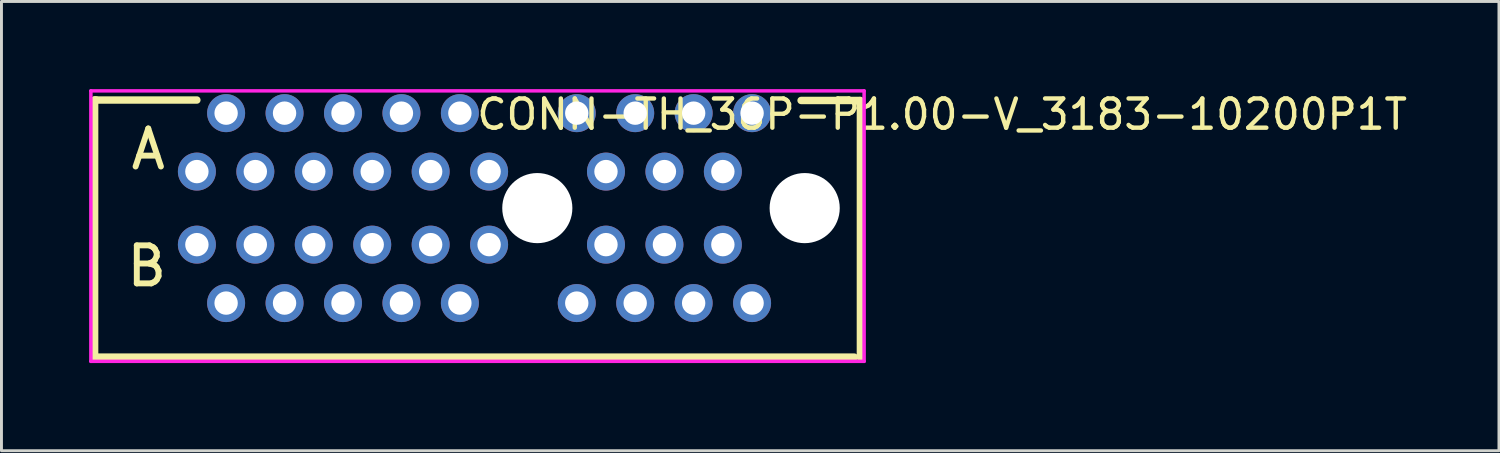
<source format=kicad_pcb>
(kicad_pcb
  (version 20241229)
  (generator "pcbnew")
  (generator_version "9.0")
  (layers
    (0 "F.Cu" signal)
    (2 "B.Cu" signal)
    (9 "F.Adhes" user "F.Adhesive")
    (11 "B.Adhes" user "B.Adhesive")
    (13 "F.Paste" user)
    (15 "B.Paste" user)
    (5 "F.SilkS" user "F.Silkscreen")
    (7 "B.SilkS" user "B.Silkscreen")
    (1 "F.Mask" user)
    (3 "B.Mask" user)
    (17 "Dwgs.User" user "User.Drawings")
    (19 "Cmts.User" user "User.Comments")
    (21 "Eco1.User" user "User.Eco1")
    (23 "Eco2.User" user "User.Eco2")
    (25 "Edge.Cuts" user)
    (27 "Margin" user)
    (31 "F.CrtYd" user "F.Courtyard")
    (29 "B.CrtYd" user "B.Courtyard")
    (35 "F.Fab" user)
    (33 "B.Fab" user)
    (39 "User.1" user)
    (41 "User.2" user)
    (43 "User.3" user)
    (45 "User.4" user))
  (footprint "CONN-TH_36P-P1.00-V_3183-10200P1T"
    (layer "F.Cu")
    (at 13.06 4.06)
    (property "Reference" "CONN-TH_36P-P1.00-V_3183-10200P1T" (at 0.128 -3.195 0) (layer "F.SilkS") (effects (font (size 1 1) (thickness 0.15)) (justify left)))
    (attr through_hole)
    (fp_line (start -12.873 -3.687) (end -12.817 -3.687) (stroke (width 0.254) (type solid)) (layer "F.SilkS"))
    (fp_line (start -12.872 -3.688) (end -12.872 5.112) (stroke (width 0.254) (type solid)) (layer "F.SilkS"))
    (fp_line (start -12.872 5.112) (end 13.128 5.112) (stroke (width 0.254) (type solid)) (layer "F.SilkS"))
    (fp_line (start -12.817 -3.687) (end -9.373 -3.687) (stroke (width 0.254) (type solid)) (layer "F.SilkS"))
    (fp_line (start 11.305 -3.672) (end 13.302 -3.672) (stroke (width 0.254) (type solid)) (layer "F.SilkS"))
    (fp_line (start 13.335 -3.672) (end 13.335 5.129) (stroke (width 0.254) (type solid)) (layer "F.SilkS"))
    (fp_circle (center -13 5.256) (end -12.97 5.256) (stroke (width 0.06) (type solid)) (fill no) (layer "Eco2.User"))
    (fp_circle (center -9.372 -1.238) (end -9.194 -1.238) (stroke (width 0.357) (type solid)) (fill no) (layer "Eco2.User"))
    (fp_circle (center -9.372 1.262) (end -9.194 1.262) (stroke (width 0.357) (type solid)) (fill no) (layer "Eco2.User"))
    (fp_circle (center -8.372 -3.238) (end -8.194 -3.238) (stroke (width 0.357) (type solid)) (fill no) (layer "Eco2.User"))
    (fp_circle (center -8.372 3.262) (end -8.194 3.262) (stroke (width 0.357) (type solid)) (fill no) (layer "Eco2.User"))
    (fp_circle (center -7.372 -1.238) (end -7.194 -1.238) (stroke (width 0.357) (type solid)) (fill no) (layer "Eco2.User"))
    (fp_circle (center -7.372 1.262) (end -7.194 1.262) (stroke (width 0.357) (type solid)) (fill no) (layer "Eco2.User"))
    (fp_circle (center -6.372 -3.238) (end -6.194 -3.238) (stroke (width 0.357) (type solid)) (fill no) (layer "Eco2.User"))
    (fp_circle (center -6.372 3.262) (end -6.194 3.262) (stroke (width 0.357) (type solid)) (fill no) (layer "Eco2.User"))
    (fp_circle (center -5.372 -1.238) (end -5.194 -1.238) (stroke (width 0.357) (type solid)) (fill no) (layer "Eco2.User"))
    (fp_circle (center -5.372 1.262) (end -5.194 1.262) (stroke (width 0.357) (type solid)) (fill no) (layer "Eco2.User"))
    (fp_circle (center -4.372 -3.238) (end -4.194 -3.238) (stroke (width 0.357) (type solid)) (fill no) (layer "Eco2.User"))
    (fp_circle (center -4.372 3.262) (end -4.194 3.262) (stroke (width 0.357) (type solid)) (fill no) (layer "Eco2.User"))
    (fp_circle (center -3.372 -1.238) (end -3.194 -1.238) (stroke (width 0.357) (type solid)) (fill no) (layer "Eco2.User"))
    (fp_circle (center -3.372 1.262) (end -3.194 1.262) (stroke (width 0.357) (type solid)) (fill no) (layer "Eco2.User"))
    (fp_circle (center -2.372 -3.238) (end -2.194 -3.238) (stroke (width 0.357) (type solid)) (fill no) (layer "Eco2.User"))
    (fp_circle (center -2.372 3.262) (end -2.193 3.262) (stroke (width 0.357) (type solid)) (fill no) (layer "Eco2.User"))
    (fp_circle (center -1.372 -1.238) (end -1.194 -1.238) (stroke (width 0.357) (type solid)) (fill no) (layer "Eco2.User"))
    (fp_circle (center -1.372 1.262) (end -1.194 1.262) (stroke (width 0.357) (type solid)) (fill no) (layer "Eco2.User"))
    (fp_circle (center -0.372 -3.238) (end -0.194 -3.238) (stroke (width 0.357) (type solid)) (fill no) (layer "Eco2.User"))
    (fp_circle (center -0.372 3.262) (end -0.193 3.262) (stroke (width 0.357) (type solid)) (fill no) (layer "Eco2.User"))
    (fp_circle (center 0.628 -1.238) (end 0.806 -1.238) (stroke (width 0.357) (type solid)) (fill no) (layer "Eco2.User"))
    (fp_circle (center 0.628 1.262) (end 0.806 1.262) (stroke (width 0.357) (type solid)) (fill no) (layer "Eco2.User"))
    (fp_circle (center 2.278 0.012) (end 2.853 0.012) (stroke (width 1.15) (type solid)) (fill no) (layer "Eco2.User"))
    (fp_circle (center 3.628 -3.238) (end 3.806 -3.238) (stroke (width 0.357) (type solid)) (fill no) (layer "Eco2.User"))
    (fp_circle (center 3.628 3.262) (end 3.807 3.262) (stroke (width 0.357) (type solid)) (fill no) (layer "Eco2.User"))
    (fp_circle (center 4.628 -1.238) (end 4.806 -1.238) (stroke (width 0.357) (type solid)) (fill no) (layer "Eco2.User"))
    (fp_circle (center 4.628 1.262) (end 4.806 1.262) (stroke (width 0.357) (type solid)) (fill no) (layer "Eco2.User"))
    (fp_circle (center 5.628 -3.238) (end 5.806 -3.238) (stroke (width 0.357) (type solid)) (fill no) (layer "Eco2.User"))
    (fp_circle (center 5.628 3.262) (end 5.807 3.262) (stroke (width 0.357) (type solid)) (fill no) (layer "Eco2.User"))
    (fp_circle (center 6.628 -1.238) (end 6.806 -1.238) (stroke (width 0.357) (type solid)) (fill no) (layer "Eco2.User"))
    (fp_circle (center 6.628 1.262) (end 6.806 1.262) (stroke (width 0.357) (type solid)) (fill no) (layer "Eco2.User"))
    (fp_circle (center 7.628 -3.238) (end 7.806 -3.238) (stroke (width 0.357) (type solid)) (fill no) (layer "Eco2.User"))
    (fp_circle (center 7.628 3.262) (end 7.807 3.262) (stroke (width 0.357) (type solid)) (fill no) (layer "Eco2.User"))
    (fp_circle (center 8.628 -1.238) (end 8.806 -1.238) (stroke (width 0.357) (type solid)) (fill no) (layer "Eco2.User"))
    (fp_circle (center 8.628 1.262) (end 8.806 1.262) (stroke (width 0.357) (type solid)) (fill no) (layer "Eco2.User"))
    (fp_circle (center 9.628 -3.238) (end 9.806 -3.238) (stroke (width 0.357) (type solid)) (fill no) (layer "Eco2.User"))
    (fp_circle (center 9.628 3.262) (end 9.807 3.262) (stroke (width 0.357) (type solid)) (fill no) (layer "Eco2.User"))
    (fp_circle (center 11.428 0.012) (end 12.003 0.012) (stroke (width 1.15) (type solid)) (fill no) (layer "Eco2.User"))
    (fp_line (start -13 -4) (end 13.462 -4) (stroke (width 0.12) (type solid)) (layer "F.CrtYd"))
    (fp_line (start -13 5.256) (end -13 -4) (stroke (width 0.12) (type solid)) (layer "F.CrtYd"))
    (fp_line (start 13.462 -4) (end 13.462 5.256) (stroke (width 0.12) (type solid)) (layer "F.CrtYd"))
    (fp_line (start 13.462 5.256) (end -13 5.256) (stroke (width 0.12) (type solid)) (layer "F.CrtYd"))
    (fp_text user "A" (at -11.727 -2.003 0) (layer "F.SilkS") (effects (font (size 1.3 1.3) (thickness 0.203)) (justify left)))
    (fp_text user "B" (at -11.871 1.997 0) (layer "F.SilkS") (effects (font (size 1.3 1.3) (thickness 0.203)) (justify left)))
    (pad "" np_thru_hole circle (at 2.278 0.012) (size 2.4 2.4) (drill 2.4) (layers "*.Cu" "*.Mask"))
    (pad "" np_thru_hole circle (at 11.428 0.012) (size 2.4 2.4) (drill 2.4) (layers "*.Cu" "*.Mask"))
    (pad "A1" thru_hole circle (at -9.372 -1.238) (size 1.3 1.3) (drill 0.8) (layers "*.Cu" "*.Mask"))
    (pad "A2" thru_hole circle (at -8.372 -3.238) (size 1.3 1.3) (drill 0.8) (layers "*.Cu" "*.Mask"))
    (pad "A3" thru_hole circle (at -7.372 -1.238) (size 1.3 1.3) (drill 0.8) (layers "*.Cu" "*.Mask"))
    (pad "A4" thru_hole circle (at -6.372 -3.238) (size 1.3 1.3) (drill 0.8) (layers "*.Cu" "*.Mask"))
    (pad "A5" thru_hole circle (at -5.372 -1.238) (size 1.3 1.3) (drill 0.8) (layers "*.Cu" "*.Mask"))
    (pad "A6" thru_hole circle (at -4.372 -3.238) (size 1.3 1.3) (drill 0.8) (layers "*.Cu" "*.Mask"))
    (pad "A7" thru_hole circle (at -3.372 -1.238) (size 1.3 1.3) (drill 0.8) (layers "*.Cu" "*.Mask"))
    (pad "A8" thru_hole circle (at -2.372 -3.238) (size 1.3 1.3) (drill 0.8) (layers "*.Cu" "*.Mask"))
    (pad "A9" thru_hole circle (at -1.372 -1.238) (size 1.3 1.3) (drill 0.8) (layers "*.Cu" "*.Mask"))
    (pad "A10" thru_hole circle (at -0.372 -3.238) (size 1.3 1.3) (drill 0.8) (layers "*.Cu" "*.Mask"))
    (pad "A11" thru_hole circle (at 0.628 -1.238) (size 1.3 1.3) (drill 0.8) (layers "*.Cu" "*.Mask"))
    (pad "A12" thru_hole circle (at 3.628 -3.238) (size 1.3 1.3) (drill 0.8) (layers "*.Cu" "*.Mask"))
    (pad "A13" thru_hole circle (at 4.628 -1.238) (size 1.3 1.3) (drill 0.8) (layers "*.Cu" "*.Mask"))
    (pad "A14" thru_hole circle (at 5.628 -3.238) (size 1.3 1.3) (drill 0.8) (layers "*.Cu" "*.Mask"))
    (pad "A15" thru_hole circle (at 6.628 -1.238) (size 1.3 1.3) (drill 0.8) (layers "*.Cu" "*.Mask"))
    (pad "A16" thru_hole circle (at 7.628 -3.238) (size 1.3 1.3) (drill 0.8) (layers "*.Cu" "*.Mask"))
    (pad "A17" thru_hole circle (at 8.628 -1.238) (size 1.3 1.3) (drill 0.8) (layers "*.Cu" "*.Mask"))
    (pad "A18" thru_hole circle (at 9.628 -3.238) (size 1.3 1.3) (drill 0.8) (layers "*.Cu" "*.Mask"))
    (pad "B1" thru_hole circle (at -9.372 1.262) (size 1.3 1.3) (drill 0.8) (layers "*.Cu" "*.Mask"))
    (pad "B2" thru_hole circle (at -8.372 3.262) (size 1.3 1.3) (drill 0.8) (layers "*.Cu" "*.Mask"))
    (pad "B3" thru_hole circle (at -7.372 1.262) (size 1.3 1.3) (drill 0.8) (layers "*.Cu" "*.Mask"))
    (pad "B4" thru_hole circle (at -6.372 3.262) (size 1.3 1.3) (drill 0.8) (layers "*.Cu" "*.Mask"))
    (pad "B5" thru_hole circle (at -5.372 1.262) (size 1.3 1.3) (drill 0.8) (layers "*.Cu" "*.Mask"))
    (pad "B6" thru_hole circle (at -4.372 3.262) (size 1.3 1.3) (drill 0.8) (layers "*.Cu" "*.Mask"))
    (pad "B7" thru_hole circle (at -3.372 1.262) (size 1.3 1.3) (drill 0.8) (layers "*.Cu" "*.Mask"))
    (pad "B8" thru_hole circle (at -2.372 3.262) (size 1.3 1.3) (drill 0.8) (layers "*.Cu" "*.Mask"))
    (pad "B9" thru_hole circle (at -1.372 1.262) (size 1.3 1.3) (drill 0.8) (layers "*.Cu" "*.Mask"))
    (pad "B10" thru_hole circle (at -0.372 3.262) (size 1.3 1.3) (drill 0.8) (layers "*.Cu" "*.Mask"))
    (pad "B11" thru_hole circle (at 0.628 1.262) (size 1.3 1.3) (drill 0.8) (layers "*.Cu" "*.Mask"))
    (pad "B12" thru_hole circle (at 3.628 3.262) (size 1.3 1.3) (drill 0.8) (layers "*.Cu" "*.Mask"))
    (pad "B13" thru_hole circle (at 4.628 1.262) (size 1.3 1.3) (drill 0.8) (layers "*.Cu" "*.Mask"))
    (pad "B14" thru_hole circle (at 5.628 3.262) (size 1.3 1.3) (drill 0.8) (layers "*.Cu" "*.Mask"))
    (pad "B15" thru_hole circle (at 6.628 1.262) (size 1.3 1.3) (drill 0.8) (layers "*.Cu" "*.Mask"))
    (pad "B16" thru_hole circle (at 7.628 3.262) (size 1.3 1.3) (drill 0.8) (layers "*.Cu" "*.Mask"))
    (pad "B17" thru_hole circle (at 8.628 1.262) (size 1.3 1.3) (drill 0.8) (layers "*.Cu" "*.Mask"))
    (pad "B18" thru_hole circle (at 9.628 3.262) (size 1.3 1.3) (drill 0.8) (layers "*.Cu" "*.Mask")))
  (gr_rect
    (start -3 -3)
    (end 48.248 12.376)
    (stroke (width 0.1) (type default))
    (fill no)
    (layer "Edge.Cuts")))
</source>
